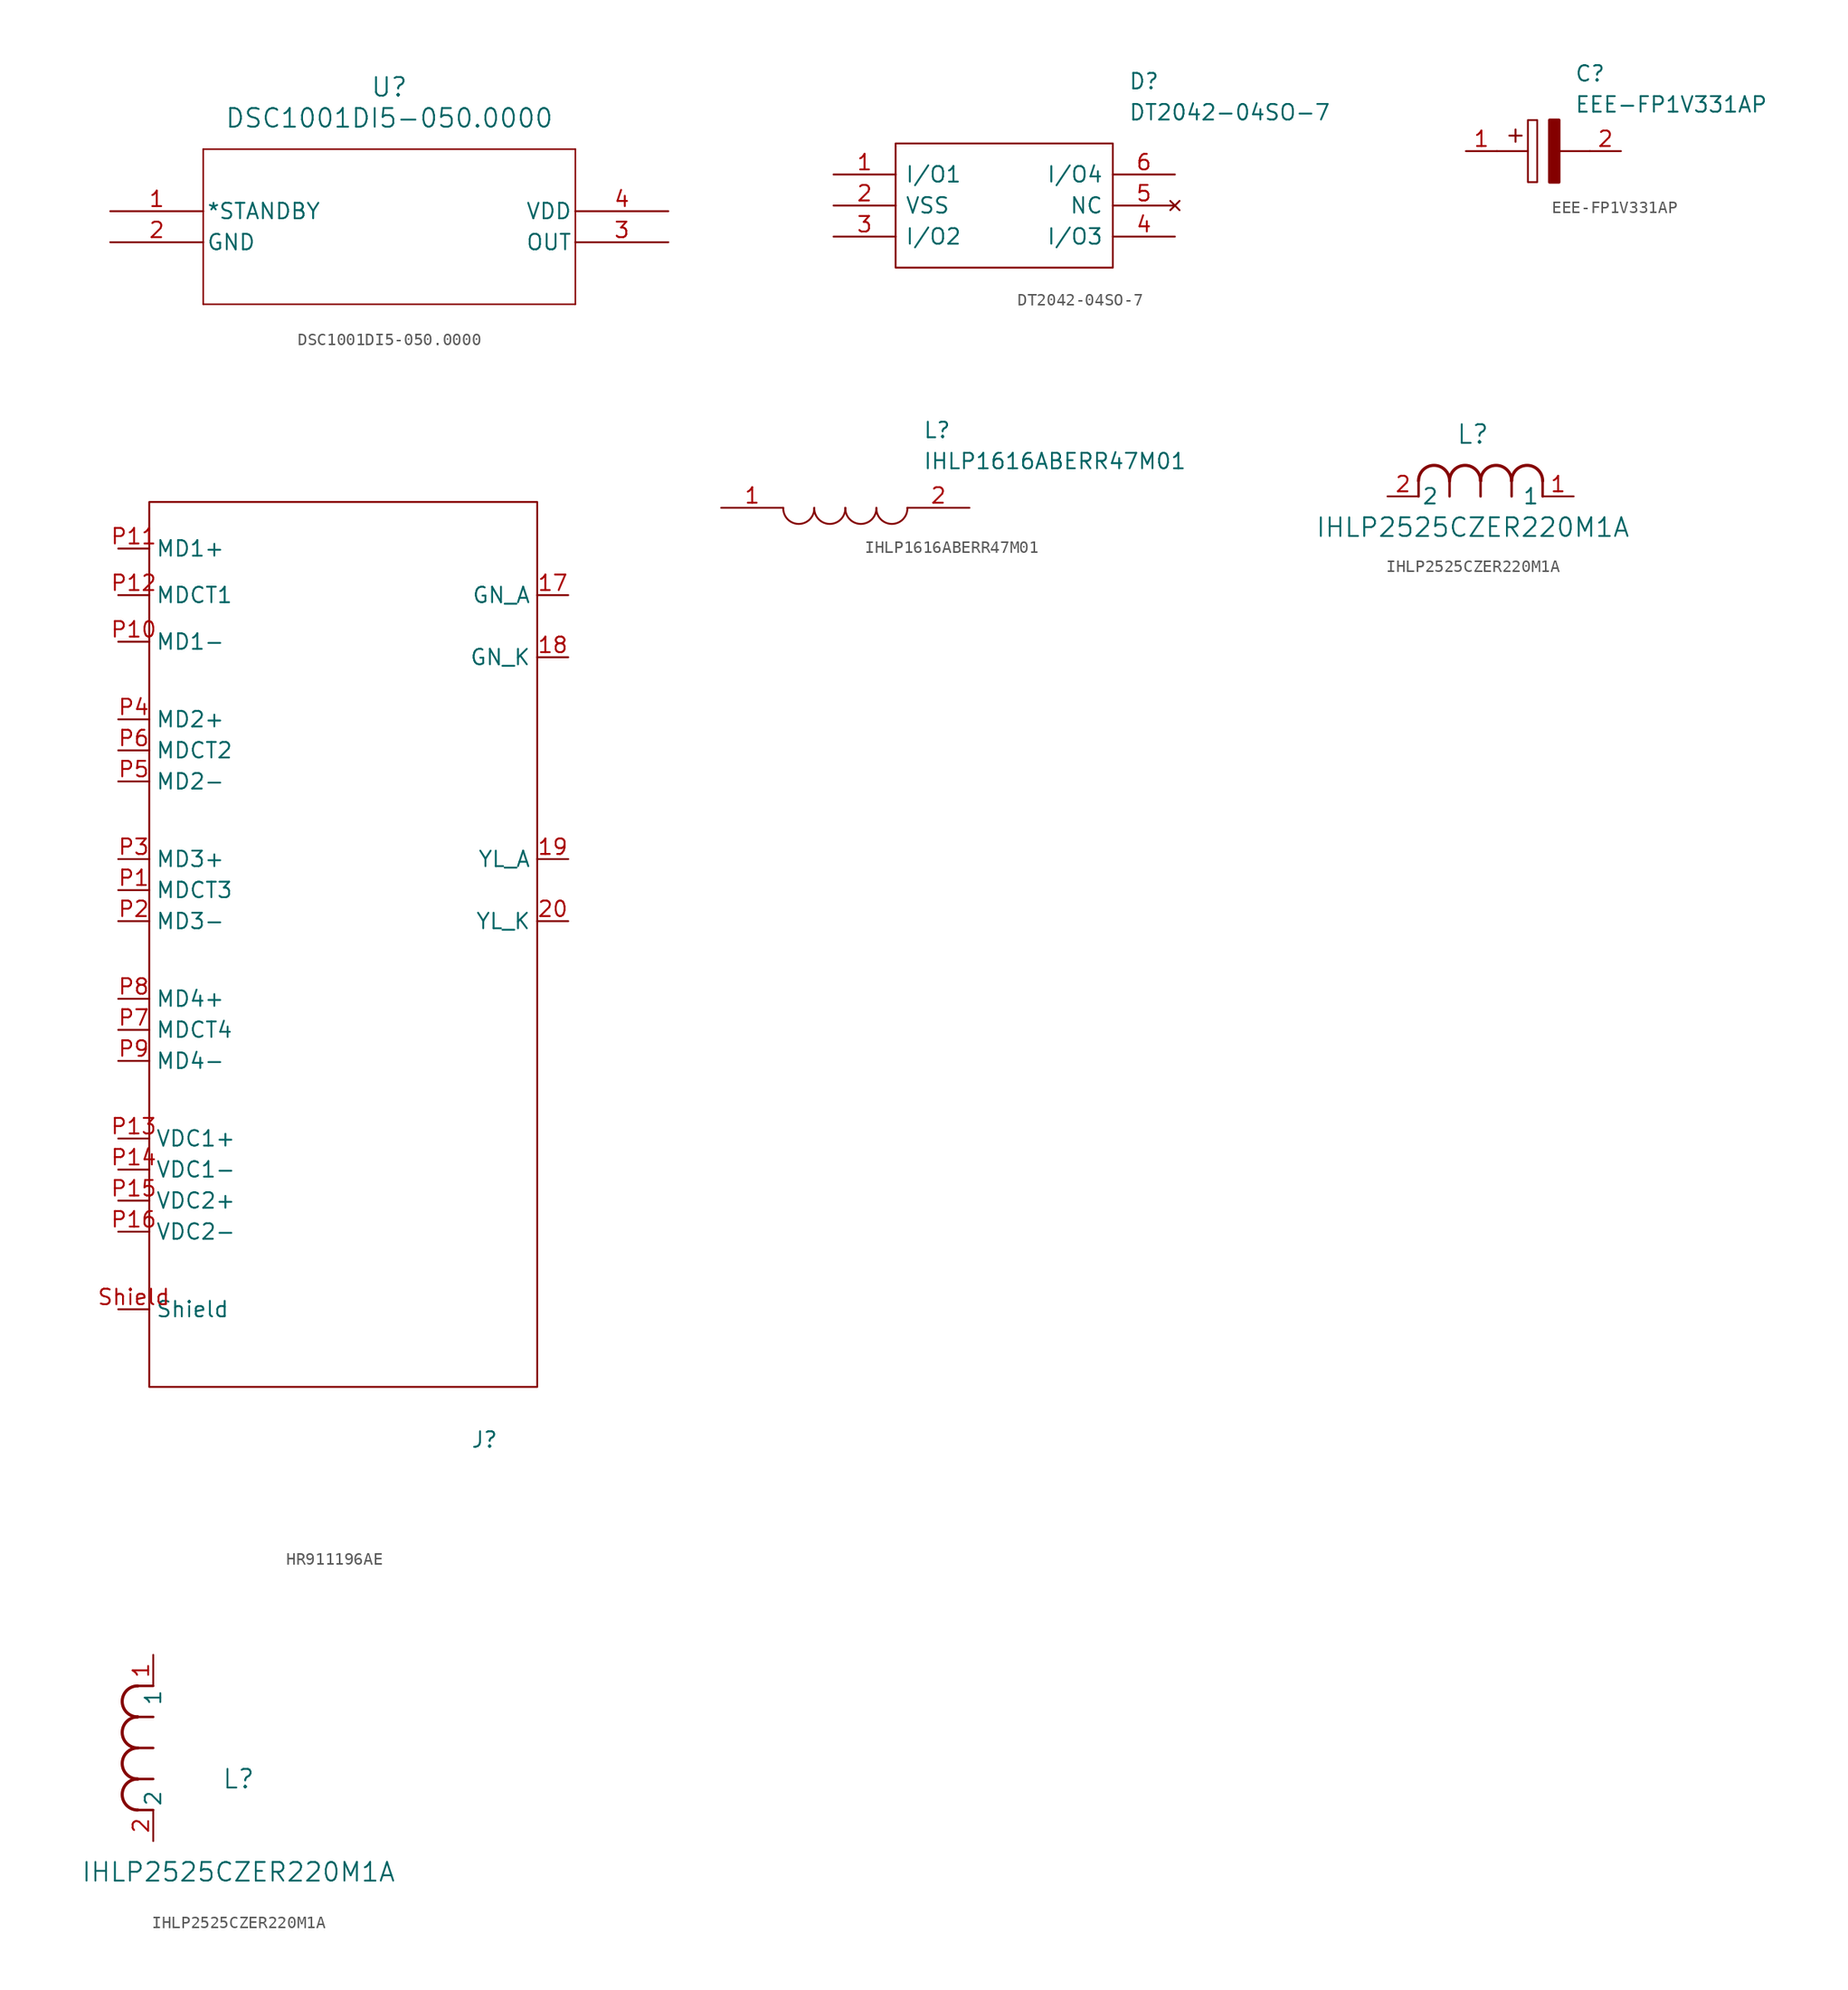
<source format=kicad_sym>
(kicad_symbol_lib
  (version 20231120)
  (generator "kicad_symbol_editor")
  (generator_version "8.0")
  (symbol "DSC1001DI5-050.0000"
    (pin_names
      (offset 0.254))
    (property "Reference" "U"
      (at 22.86 10.16 0)
      (effects (font (size 1.524 1.524))))
    (property "Value" "DSC1001DI5-050.0000"
      (at 22.86 7.62 0)
      (effects (font (size 1.524 1.524))))
    (property "ki_locked" ""
      (at 0 0 0)
      (effects (font (size 1.27 1.27))))
    (symbol "DSC1001DI5-050.0000_0_1"
      (polyline (pts (xy 7.62 -7.62) (xy 38.1 -7.62)) (stroke (width 0.127) (type default)) (fill (type none)))
      (polyline (pts (xy 7.62 5.08) (xy 7.62 -7.62)) (stroke (width 0.127) (type default)) (fill (type none)))
      (polyline (pts (xy 38.1 -7.62) (xy 38.1 5.08)) (stroke (width 0.127) (type default)) (fill (type none)))
      (polyline (pts (xy 38.1 5.08) (xy 7.62 5.08)) (stroke (width 0.127) (type default)) (fill (type none)))
      (pin input line (at 0 0 0) (length 7.62) (name "*STANDBY" (effects (font (size 1.27 1.27)))) (number "1" (effects (font (size 1.27 1.27)))))
      (pin power_out line (at 0 -2.54 0) (length 7.62) (name "GND" (effects (font (size 1.27 1.27)))) (number "2" (effects (font (size 1.27 1.27)))))
      (pin output line (at 45.72 -2.54 180) (length 7.62) (name "OUT" (effects (font (size 1.27 1.27)))) (number "3" (effects (font (size 1.27 1.27)))))
      (pin power_in line (at 45.72 0 180) (length 7.62) (name "VDD" (effects (font (size 1.27 1.27)))) (number "4" (effects (font (size 1.27 1.27)))))))
  (symbol "DT2042-04SO-7"
    (pin_names
      (offset 0.762))
    (property "Reference" "D"
      (at 24.13 7.62 0)
      (effects (font (size 1.27 1.27)) (justify left)))
    (property "Value" "DT2042-04SO-7"
      (at 24.13 5.08 0)
      (effects (font (size 1.27 1.27)) (justify left)))
    (symbol "DT2042-04SO-7_0_0"
      (pin passive line (at 0 0 0) (length 5.08) (name "I/O1" (effects (font (size 1.27 1.27)))) (number "1" (effects (font (size 1.27 1.27)))))
      (pin passive line (at 0 -2.54 0) (length 5.08) (name "VSS" (effects (font (size 1.27 1.27)))) (number "2" (effects (font (size 1.27 1.27)))))
      (pin passive line (at 0 -5.08 0) (length 5.08) (name "I/O2" (effects (font (size 1.27 1.27)))) (number "3" (effects (font (size 1.27 1.27)))))
      (pin passive line (at 27.94 -5.08 180) (length 5.08) (name "I/O3" (effects (font (size 1.27 1.27)))) (number "4" (effects (font (size 1.27 1.27)))))
      (pin no_connect line (at 27.94 -2.54 180) (length 5.08) (name "NC" (effects (font (size 1.27 1.27)))) (number "5" (effects (font (size 1.27 1.27)))))
      (pin passive line (at 27.94 0 180) (length 5.08) (name "I/O4" (effects (font (size 1.27 1.27)))) (number "6" (effects (font (size 1.27 1.27))))))
    (symbol "DT2042-04SO-7_0_1"
      (polyline (pts (xy 5.08 2.54) (xy 22.86 2.54) (xy 22.86 -7.62) (xy 5.08 -7.62) (xy 5.08 2.54)) (stroke (width 0.152) (type solid)) (fill (type none)))))
  (symbol "EEE-FP1V331AP"
    (pin_names
      (offset 0.762))
    (property "Reference" "C"
      (at 8.89 6.35 0)
      (effects (font (size 1.27 1.27)) (justify left)))
    (property "Value" "EEE-FP1V331AP"
      (at 8.89 3.81 0)
      (effects (font (size 1.27 1.27)) (justify left)))
    (symbol "EEE-FP1V331AP_0_0"
      (pin passive line (at 0 0 0) (length 2.54) (name "~" (effects (font (size 1.27 1.27)))) (number "1" (effects (font (size 1.27 1.27)))))
      (pin passive line (at 12.7 0 180) (length 2.54) (name "~" (effects (font (size 1.27 1.27)))) (number "2" (effects (font (size 1.27 1.27))))))
    (symbol "EEE-FP1V331AP_0_1"
      (polyline (pts (xy 2.54 0) (xy 5.08 0)) (stroke (width 0.152) (type solid)) (fill (type none)))
      (polyline (pts (xy 4.064 1.778) (xy 4.064 0.762)) (stroke (width 0.152) (type solid)) (fill (type none)))
      (polyline (pts (xy 4.572 1.27) (xy 3.556 1.27)) (stroke (width 0.152) (type solid)) (fill (type none)))
      (polyline (pts (xy 7.62 0) (xy 10.16 0)) (stroke (width 0.152) (type solid)) (fill (type none)))
      (polyline (pts (xy 5.08 2.54) (xy 5.08 -2.54) (xy 5.842 -2.54) (xy 5.842 2.54) (xy 5.08 2.54)) (stroke (width 0.152) (type solid)) (fill (type none)))
      (polyline (pts (xy 7.62 2.54) (xy 7.62 -2.54) (xy 6.858 -2.54) (xy 6.858 2.54) (xy 7.62 2.54)) (stroke (width 0.254) (type solid)) (fill (type outline)))))
  (symbol "HR911196AE"
    (property "Reference" "J"
      (at 21.082 -52.578 0)
      (effects (font (size 1.27 1.27))))
    (property "Value" ""
      (at 0 0 0)
      (effects (font (size 1.27 1.27))))
    (symbol "HR911196AE_0_1"
      (rectangle (start -6.35 -5.08) (end -6.35 -5.08) (stroke (width 0) (type default)) (fill (type none)))
      (rectangle (start -6.35 24.13) (end 25.4 -48.26) (stroke (width 0) (type default)) (fill (type none))))
    (symbol "HR911196AE_1_1"
      (pin power_in line (at 27.94 16.51 180) (length 2.54) (name "GN_A" (effects (font (size 1.27 1.27)))) (number "17" (effects (font (size 1.27 1.27)))))
      (pin passive line (at 27.94 11.43 180) (length 2.54) (name "GN_K" (effects (font (size 1.27 1.27)))) (number "18" (effects (font (size 1.27 1.27)))))
      (pin power_in line (at 27.94 -5.08 180) (length 2.54) (name "YL_A" (effects (font (size 1.27 1.27)))) (number "19" (effects (font (size 1.27 1.27)))))
      (pin passive line (at 27.94 -10.16 180) (length 2.54) (name "YL_K" (effects (font (size 1.27 1.27)))) (number "20" (effects (font (size 1.27 1.27)))))
      (pin output line (at -8.89 -7.62 0) (length 2.54) (name "MDCT3" (effects (font (size 1.27 1.27)))) (number "P1" (effects (font (size 1.27 1.27)))))
      (pin output line (at -8.89 12.7 0) (length 2.54) (name "MD1-" (effects (font (size 1.27 1.27)))) (number "P10" (effects (font (size 1.27 1.27)))))
      (pin output line (at -8.89 20.32 0) (length 2.54) (name "MD1+" (effects (font (size 1.27 1.27)))) (number "P11" (effects (font (size 1.27 1.27)))))
      (pin output line (at -8.89 16.51 0) (length 2.54) (name "MDCT1" (effects (font (size 1.27 1.27)))) (number "P12" (effects (font (size 1.27 1.27)))))
      (pin power_out line (at -8.89 -27.94 0) (length 2.54) (name "VDC1+" (effects (font (size 1.27 1.27)))) (number "P13" (effects (font (size 1.27 1.27)))))
      (pin power_out line (at -8.89 -30.48 0) (length 2.54) (name "VDC1-" (effects (font (size 1.27 1.27)))) (number "P14" (effects (font (size 1.27 1.27)))))
      (pin power_out line (at -8.89 -33.02 0) (length 2.54) (name "VDC2+" (effects (font (size 1.27 1.27)))) (number "P15" (effects (font (size 1.27 1.27)))))
      (pin power_out line (at -8.89 -35.56 0) (length 2.54) (name "VDC2-" (effects (font (size 1.27 1.27)))) (number "P16" (effects (font (size 1.27 1.27)))))
      (pin output line (at -8.89 -10.16 0) (length 2.54) (name "MD3-" (effects (font (size 1.27 1.27)))) (number "P2" (effects (font (size 1.27 1.27)))))
      (pin output line (at -8.89 -5.08 0) (length 2.54) (name "MD3+" (effects (font (size 1.27 1.27)))) (number "P3" (effects (font (size 1.27 1.27)))))
      (pin output line (at -8.89 6.35 0) (length 2.54) (name "MD2+" (effects (font (size 1.27 1.27)))) (number "P4" (effects (font (size 1.27 1.27)))))
      (pin output line (at -8.89 1.27 0) (length 2.54) (name "MD2-" (effects (font (size 1.27 1.27)))) (number "P5" (effects (font (size 1.27 1.27)))))
      (pin output line (at -8.89 3.81 0) (length 2.54) (name "MDCT2" (effects (font (size 1.27 1.27)))) (number "P6" (effects (font (size 1.27 1.27)))))
      (pin output line (at -8.89 -19.05 0) (length 2.54) (name "MDCT4" (effects (font (size 1.27 1.27)))) (number "P7" (effects (font (size 1.27 1.27)))))
      (pin output line (at -8.89 -16.51 0) (length 2.54) (name "MD4+" (effects (font (size 1.27 1.27)))) (number "P8" (effects (font (size 1.27 1.27)))))
      (pin output line (at -8.89 -21.59 0) (length 2.54) (name "MD4-" (effects (font (size 1.27 1.27)))) (number "P9" (effects (font (size 1.27 1.27)))))
      (pin passive line (at -8.89 -41.91 0) (length 2.54) (name "Shield" (effects (font (size 1.27 1.27)))) (number "Shield" (effects (font (size 1.27 1.27)))))))
  (symbol "IHLP1616ABERR47M01"
    (pin_names
      (offset 0.762))
    (property "Reference" "L"
      (at 16.51 6.35 0)
      (effects (font (size 1.27 1.27)) (justify left)))
    (property "Value" "IHLP1616ABERR47M01"
      (at 16.51 3.81 0)
      (effects (font (size 1.27 1.27)) (justify left)))
    (symbol "IHLP1616ABERR47M01_0_0"
      (pin passive line (at 0 0 0) (length 5.08) (name "~" (effects (font (size 1.27 1.27)))) (number "1" (effects (font (size 1.27 1.27)))))
      (pin passive line (at 20.32 0 180) (length 5.08) (name "~" (effects (font (size 1.27 1.27)))) (number "2" (effects (font (size 1.27 1.27))))))
    (symbol "IHLP1616ABERR47M01_0_1"
      (arc (start 5.08 0) (mid 6.35 -1.3218) (end 7.62 0) (stroke (width 0.1524) (type solid)) (fill (type none)))
      (arc (start 7.62 0) (mid 8.89 -1.3218) (end 10.16 0) (stroke (width 0.1524) (type solid)) (fill (type none)))
      (arc (start 10.16 0) (mid 11.43 -1.3218) (end 12.7 0) (stroke (width 0.1524) (type solid)) (fill (type none)))
      (arc (start 12.7 0) (mid 13.97 -1.3218) (end 15.24 0) (stroke (width 0.1524) (type solid)) (fill (type none)))))
  (symbol "IHLP2525CZER220M1A"
    (pin_names
      (offset 0.254))
    (property "Reference" "L"
      (at 6.985 5.08 0)
      (effects (font (size 1.524 1.524))))
    (property "Value" "IHLP2525CZER220M1A"
      (at 6.985 -2.54 0)
      (effects (font (size 1.524 1.524))))
    (property "ki_locked" ""
      (at 0 0 0)
      (effects (font (size 1.27 1.27))))
    (symbol "IHLP2525CZER220M1A_1_1"
      (polyline (pts (xy 2.54 0) (xy 2.54 1.27)) (stroke (width 0.203) (type default)) (fill (type none)))
      (polyline (pts (xy 5.08 0) (xy 5.08 1.27)) (stroke (width 0.203) (type default)) (fill (type none)))
      (polyline (pts (xy 7.62 0) (xy 7.62 1.27)) (stroke (width 0.203) (type default)) (fill (type none)))
      (polyline (pts (xy 10.16 0) (xy 10.16 1.27)) (stroke (width 0.203) (type default)) (fill (type none)))
      (polyline (pts (xy 12.7 0) (xy 12.7 1.27)) (stroke (width 0.203) (type default)) (fill (type none)))
      (arc (start 5.08 1.27) (mid 3.81 2.5344) (end 2.54 1.27) (stroke (width 0.254) (type default)) (fill (type none)))
      (arc (start 7.62 1.27) (mid 6.35 2.5344) (end 5.08 1.27) (stroke (width 0.254) (type default)) (fill (type none)))
      (arc (start 10.16 1.27) (mid 8.89 2.5344) (end 7.62 1.27) (stroke (width 0.254) (type default)) (fill (type none)))
      (arc (start 12.7 1.27) (mid 11.43 2.5344) (end 10.16 1.27) (stroke (width 0.254) (type default)) (fill (type none)))
      (pin unspecified line (at 15.24 0 180) (length 2.54) (name "1" (effects (font (size 1.27 1.27)))) (number "1" (effects (font (size 1.27 1.27)))))
      (pin unspecified line (at 0 0 0) (length 2.54) (name "2" (effects (font (size 1.27 1.27)))) (number "2" (effects (font (size 1.27 1.27))))))
    (symbol "IHLP2525CZER220M1A_1_2"
      (arc (start -1.27 5.08) (mid -2.5344 3.81) (end -1.27 2.54) (stroke (width 0.254) (type default)) (fill (type none)))
      (arc (start -1.27 7.62) (mid -2.5344 6.35) (end -1.27 5.08) (stroke (width 0.254) (type default)) (fill (type none)))
      (arc (start -1.27 10.16) (mid -2.5344 8.89) (end -1.27 7.62) (stroke (width 0.254) (type default)) (fill (type none)))
      (arc (start -1.27 12.7) (mid -2.5344 11.43) (end -1.27 10.16) (stroke (width 0.254) (type default)) (fill (type none)))
      (polyline (pts (xy 0 2.54) (xy -1.27 2.54)) (stroke (width 0.203) (type default)) (fill (type none)))
      (polyline (pts (xy 0 5.08) (xy -1.27 5.08)) (stroke (width 0.203) (type default)) (fill (type none)))
      (polyline (pts (xy 0 7.62) (xy -1.27 7.62)) (stroke (width 0.203) (type default)) (fill (type none)))
      (polyline (pts (xy 0 10.16) (xy -1.27 10.16)) (stroke (width 0.203) (type default)) (fill (type none)))
      (polyline (pts (xy 0 12.7) (xy -1.27 12.7)) (stroke (width 0.203) (type default)) (fill (type none)))
      (pin unspecified line (at 0 15.24 270) (length 2.54) (name "1" (effects (font (size 1.27 1.27)))) (number "1" (effects (font (size 1.27 1.27)))))
      (pin unspecified line (at 0 0 90) (length 2.54) (name "2" (effects (font (size 1.27 1.27)))) (number "2" (effects (font (size 1.27 1.27))))))))
</source>
